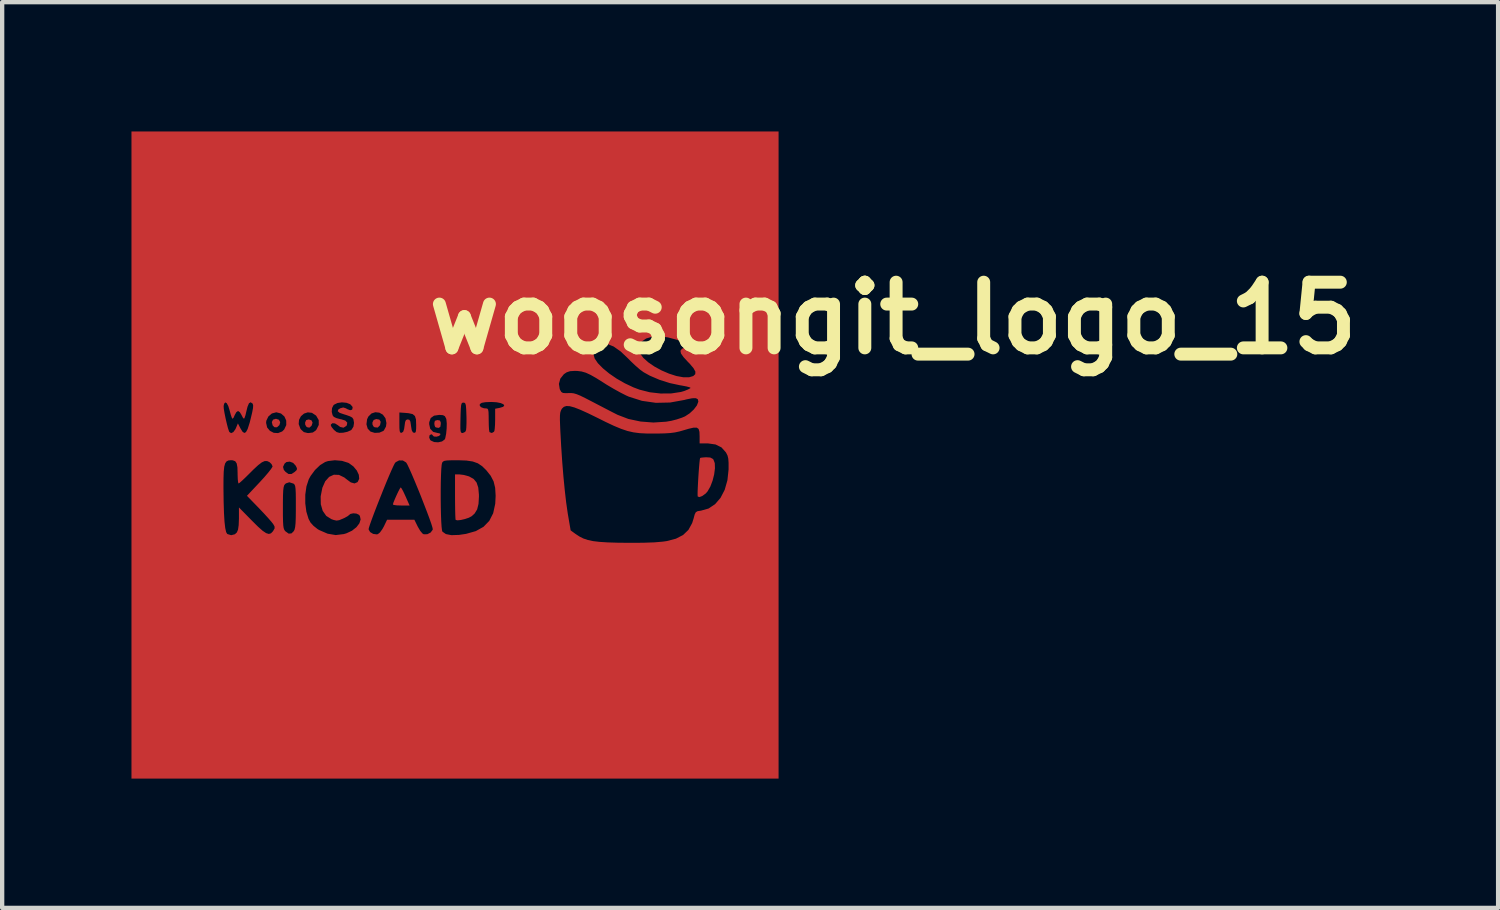
<source format=kicad_pcb>
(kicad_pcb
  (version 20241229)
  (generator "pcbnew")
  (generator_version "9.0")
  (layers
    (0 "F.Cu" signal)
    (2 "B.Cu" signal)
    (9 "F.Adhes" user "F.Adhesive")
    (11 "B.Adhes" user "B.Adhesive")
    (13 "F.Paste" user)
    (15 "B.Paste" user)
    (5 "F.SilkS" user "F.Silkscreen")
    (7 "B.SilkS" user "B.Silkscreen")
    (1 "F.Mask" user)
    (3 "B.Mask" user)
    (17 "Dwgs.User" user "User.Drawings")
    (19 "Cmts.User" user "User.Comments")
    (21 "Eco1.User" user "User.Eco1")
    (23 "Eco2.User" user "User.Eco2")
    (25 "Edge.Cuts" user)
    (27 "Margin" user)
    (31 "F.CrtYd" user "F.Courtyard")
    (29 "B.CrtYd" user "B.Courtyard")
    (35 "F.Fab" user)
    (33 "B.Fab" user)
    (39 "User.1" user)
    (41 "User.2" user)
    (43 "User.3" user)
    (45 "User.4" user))
  (footprint "woosongit_logo_15"
    (layer "F.Cu")
    (at 7.506 7.506)
    (property "Reference" "woosongit_logo_15" (at 10.16 -3.175 0) (layer "F.SilkS") (effects (font (size 1.524 1.524) (thickness 0.3))))
    (attr board_only exclude_from_pos_files exclude_from_bom)
    (fp_poly (pts (xy -4.085 -0.818) (xy -4.056 -0.761) (xy -4.074 -0.694) (xy -4.13 -0.644) (xy -4.19 -0.645) (xy -4.231 -0.687) (xy -4.25 -0.765) (xy -4.221 -0.821) (xy -4.154 -0.841)) (stroke (width 0) (type solid)) (fill yes) (layer "F.Cu"))
    (fp_poly (pts (xy -3.329 -0.804) (xy -3.305 -0.75) (xy -3.327 -0.682) (xy -3.334 -0.674) (xy -3.379 -0.635) (xy -3.426 -0.644) (xy -3.448 -0.657) (xy -3.475 -0.703) (xy -3.478 -0.754) (xy -3.453 -0.81) (xy -3.393 -0.826)) (stroke (width 0) (type solid)) (fill yes) (layer "F.Cu"))
    (fp_poly (pts (xy -1.756 -0.822) (xy -1.724 -0.771) (xy -1.739 -0.695) (xy -1.743 -0.688) (xy -1.793 -0.637) (xy -1.861 -0.643) (xy -1.887 -0.657) (xy -1.914 -0.703) (xy -1.917 -0.754) (xy -1.888 -0.813) (xy -1.828 -0.835)) (stroke (width 0) (type solid)) (fill yes) (layer "F.Cu"))
    (fp_poly (pts (xy -0.352 -0.801) (xy -0.332 -0.76) (xy -0.33 -0.721) (xy -0.341 -0.654) (xy -0.377 -0.631) (xy -0.385 -0.63) (xy -0.442 -0.64) (xy -0.46 -0.651) (xy -0.476 -0.693) (xy -0.48 -0.741) (xy -0.467 -0.794) (xy -0.415 -0.81) (xy -0.405 -0.811)) (stroke (width 0) (type solid)) (fill yes) (layer "F.Cu"))
    (fp_poly (pts (xy -1.239 0.776) (xy -1.202 0.843) (xy -1.157 0.939) (xy -1.147 0.961) (xy -1.054 1.171) (xy -1.248 1.171) (xy -1.347 1.168) (xy -1.416 1.159) (xy -1.441 1.148) (xy -1.43 1.106) (xy -1.4 1.032) (xy -1.361 0.943) (xy -1.32 0.855) (xy -1.284 0.786) (xy -1.261 0.752) (xy -1.259 0.751)) (stroke (width 0) (type solid)) (fill yes) (layer "F.Cu"))
    (fp_poly (pts (xy 0.202 0.462) (xy 0.31 0.491) (xy 0.331 0.499) (xy 0.432 0.556) (xy 0.5 0.638) (xy 0.539 0.755) (xy 0.554 0.916) (xy 0.555 0.961) (xy 0.545 1.133) (xy 0.513 1.262) (xy 0.453 1.359) (xy 0.385 1.42) (xy 0.319 1.455) (xy 0.229 1.485) (xy 0.135 1.507) (xy 0.057 1.515) (xy 0.015 1.506) (xy 0.01 1.473) (xy 0.006 1.389) (xy 0.003 1.266) (xy 0.001 1.112) (xy 0 0.971) (xy 0 0.45) (xy 0.104 0.45)) (stroke (width 0) (type solid)) (fill yes) (layer "F.Cu"))
    (fp_poly (pts (xy 5.921 0.058) (xy 5.98 0.089) (xy 5.995 0.106) (xy 6.026 0.188) (xy 6.03 0.307) (xy 6.012 0.448) (xy 5.975 0.594) (xy 5.923 0.731) (xy 5.859 0.843) (xy 5.815 0.893) (xy 5.735 0.951) (xy 5.669 0.976) (xy 5.63 0.962) (xy 5.627 0.926) (xy 5.628 0.843) (xy 5.633 0.727) (xy 5.64 0.591) (xy 5.649 0.448) (xy 5.659 0.311) (xy 5.669 0.193) (xy 5.678 0.109) (xy 5.686 0.069) (xy 5.686 0.068) (xy 5.72 0.06) (xy 5.793 0.054) (xy 5.824 0.052)) (stroke (width 0) (type solid)) (fill yes) (layer "F.Cu"))
    (fp_poly (pts (xy 7.506 7.506) (xy -7.506 7.506) (xy -7.506 0.76) (xy -5.372 0.76) (xy -5.372 0.765) (xy -5.368 1.083) (xy -5.36 1.342) (xy -5.348 1.545) (xy -5.331 1.693) (xy -5.31 1.788) (xy -5.284 1.832) (xy -5.284 1.832) (xy -5.193 1.86) (xy -5.107 1.838) (xy -5.061 1.795) (xy -5.034 1.731) (xy -5.019 1.627) (xy -5.013 1.474) (xy -5.013 1.472) (xy -5.013 1.216) (xy -4.71 1.524) (xy -4.571 1.662) (xy -4.464 1.757) (xy -4.382 1.812) (xy -4.319 1.831) (xy -4.269 1.816) (xy -4.226 1.771) (xy -4.216 1.756) (xy -4.185 1.7) (xy -4.188 1.654) (xy -4.22 1.599) (xy -4.261 1.547) (xy -4.335 1.462) (xy -4.43 1.358) (xy -4.538 1.244) (xy -4.55 1.231) (xy -4.563 1.218) (xy -3.993 1.218) (xy -3.993 1.403) (xy -3.99 1.537) (xy -3.985 1.63) (xy -3.976 1.692) (xy -3.962 1.733) (xy -3.943 1.761) (xy -3.933 1.771) (xy -3.858 1.824) (xy -3.793 1.818) (xy -3.74 1.765) (xy -3.722 1.728) (xy -3.709 1.671) (xy -3.7 1.585) (xy -3.695 1.461) (xy -3.693 1.29) (xy -3.693 1.195) (xy -3.693 1.121) (xy -3.474 1.121) (xy -3.449 1.314) (xy -3.398 1.481) (xy -3.352 1.567) (xy -3.283 1.643) (xy -3.19 1.717) (xy -3.154 1.739) (xy -2.956 1.825) (xy -2.768 1.857) (xy -2.58 1.834) (xy -2.517 1.815) (xy -2.389 1.755) (xy -2.352 1.725) (xy -2.005 1.725) (xy -1.97 1.787) (xy -1.899 1.83) (xy -1.816 1.841) (xy -1.79 1.835) (xy -1.741 1.796) (xy -1.685 1.718) (xy -1.651 1.657) (xy -1.576 1.501) (xy -1.26 1.501) (xy -0.943 1.501) (xy -0.864 1.662) (xy -0.808 1.758) (xy -0.754 1.822) (xy -0.725 1.839) (xy -0.642 1.837) (xy -0.566 1.798) (xy -0.52 1.736) (xy -0.516 1.721) (xy -0.525 1.677) (xy -0.553 1.587) (xy -0.598 1.46) (xy -0.656 1.305) (xy -0.723 1.132) (xy -0.771 1.009) (xy -0.332 1.009) (xy -0.33 1.201) (xy -0.326 1.38) (xy -0.32 1.538) (xy -0.312 1.664) (xy -0.302 1.747) (xy -0.293 1.777) (xy -0.212 1.834) (xy -0.084 1.859) (xy 0.093 1.853) (xy 0.256 1.829) (xy 0.482 1.765) (xy 0.661 1.665) (xy 0.795 1.527) (xy 0.885 1.35) (xy 0.933 1.13) (xy 0.942 0.946) (xy 0.931 0.76) (xy 0.895 0.612) (xy 0.827 0.481) (xy 0.727 0.355) (xy 0.629 0.259) (xy 0.529 0.192) (xy 0.411 0.15) (xy 0.264 0.128) (xy 0.072 0.121) (xy 0.054 0.121) (xy -0.091 0.122) (xy -0.187 0.126) (xy -0.246 0.135) (xy -0.279 0.152) (xy -0.299 0.178) (xy -0.299 0.178) (xy -0.31 0.228) (xy -0.319 0.327) (xy -0.325 0.465) (xy -0.33 0.631) (xy -0.332 0.816) (xy -0.332 1.009) (xy -0.771 1.009) (xy -0.794 0.949) (xy -0.868 0.767) (xy -0.94 0.593) (xy -1.006 0.438) (xy -1.063 0.31) (xy -1.107 0.218) (xy -1.134 0.173) (xy -1.209 0.127) (xy -1.298 0.125) (xy -1.376 0.166) (xy -1.396 0.19) (xy -1.426 0.248) (xy -1.472 0.348) (xy -1.531 0.483) (xy -1.598 0.643) (xy -1.669 0.818) (xy -1.742 1.001) (xy -1.813 1.181) (xy -1.878 1.35) (xy -1.933 1.498) (xy -1.975 1.616) (xy -2 1.695) (xy -2.005 1.725) (xy -2.352 1.725) (xy -2.288 1.675) (xy -2.219 1.585) (xy -2.19 1.495) (xy -2.207 1.414) (xy -2.228 1.387) (xy -2.285 1.359) (xy -2.36 1.352) (xy -2.426 1.366) (xy -2.449 1.384) (xy -2.487 1.416) (xy -2.56 1.457) (xy -2.604 1.477) (xy -2.689 1.512) (xy -2.75 1.521) (xy -2.816 1.506) (xy -2.869 1.487) (xy -2.988 1.412) (xy -3.07 1.294) (xy -3.114 1.142) (xy -3.117 0.961) (xy -3.078 0.76) (xy -3.077 0.758) (xy -3.011 0.609) (xy -2.92 0.507) (xy -2.811 0.457) (xy -2.692 0.461) (xy -2.568 0.521) (xy -2.526 0.555) (xy -2.418 0.635) (xy -2.331 0.659) (xy -2.261 0.628) (xy -2.258 0.624) (xy -2.223 0.551) (xy -2.232 0.458) (xy -2.279 0.359) (xy -2.358 0.264) (xy -2.461 0.189) (xy -2.479 0.18) (xy -2.623 0.135) (xy -2.788 0.121) (xy -2.946 0.14) (xy -3.013 0.162) (xy -3.131 0.235) (xy -3.249 0.348) (xy -3.35 0.485) (xy -3.393 0.563) (xy -3.447 0.728) (xy -3.474 0.919) (xy -3.474 1.121) (xy -3.693 1.121) (xy -3.693 1.01) (xy -3.695 0.875) (xy -3.7 0.783) (xy -3.708 0.724) (xy -3.721 0.689) (xy -3.739 0.669) (xy -3.751 0.662) (xy -3.845 0.632) (xy -3.923 0.658) (xy -3.946 0.678) (xy -3.964 0.705) (xy -3.977 0.752) (xy -3.986 0.826) (xy -3.991 0.938) (xy -3.993 1.095) (xy -3.993 1.218) (xy -4.563 1.218) (xy -4.827 0.946) (xy -4.53 0.63) (xy -4.424 0.514) (xy -4.335 0.41) (xy -4.27 0.327) (xy -4.237 0.275) (xy -3.99 0.275) (xy -3.972 0.344) (xy -3.933 0.39) (xy -3.862 0.441) (xy -3.793 0.44) (xy -3.719 0.392) (xy -3.672 0.347) (xy -3.667 0.307) (xy -3.694 0.25) (xy -3.755 0.183) (xy -3.834 0.153) (xy -3.911 0.163) (xy -3.954 0.198) (xy -3.99 0.275) (xy -4.237 0.275) (xy -4.236 0.273) (xy -4.233 0.263) (xy -4.257 0.21) (xy -4.304 0.165) (xy -4.359 0.14) (xy -4.415 0.14) (xy -4.482 0.17) (xy -4.567 0.235) (xy -4.678 0.338) (xy -4.758 0.418) (xy -4.855 0.514) (xy -4.938 0.593) (xy -4.996 0.644) (xy -5.021 0.661) (xy -5.032 0.633) (xy -5.04 0.56) (xy -5.044 0.455) (xy -5.044 0.426) (xy -5.048 0.286) (xy -5.065 0.195) (xy -5.099 0.144) (xy -5.155 0.123) (xy -5.198 0.12) (xy -5.257 0.126) (xy -5.301 0.148) (xy -5.333 0.194) (xy -5.354 0.271) (xy -5.366 0.386) (xy -5.371 0.547) (xy -5.372 0.76) (xy -7.506 0.76) (xy -7.506 -1.137) (xy -5.368 -1.137) (xy -5.365 -1.079) (xy -5.349 -0.981) (xy -5.325 -0.861) (xy -5.297 -0.738) (xy -5.269 -0.629) (xy -5.244 -0.553) (xy -5.235 -0.534) (xy -5.194 -0.508) (xy -5.143 -0.532) (xy -5.095 -0.599) (xy -5.084 -0.622) (xy -5.037 -0.734) (xy -4.979 -0.621) (xy -4.931 -0.542) (xy -4.889 -0.512) (xy -4.85 -0.531) (xy -4.811 -0.603) (xy -4.77 -0.731) (xy -4.765 -0.746) (xy -4.383 -0.746) (xy -4.359 -0.639) (xy -4.294 -0.561) (xy -4.205 -0.515) (xy -4.106 -0.509) (xy -4.011 -0.546) (xy -3.963 -0.593) (xy -3.915 -0.695) (xy -3.915 -0.719) (xy -3.627 -0.719) (xy -3.59 -0.617) (xy -3.571 -0.59) (xy -3.507 -0.532) (xy -3.423 -0.511) (xy -3.393 -0.51) (xy -3.298 -0.523) (xy -3.232 -0.569) (xy -3.215 -0.59) (xy -3.165 -0.69) (xy -2.882 -0.69) (xy -2.863 -0.649) (xy -2.815 -0.59) (xy -2.805 -0.58) (xy -2.746 -0.532) (xy -2.683 -0.514) (xy -2.594 -0.518) (xy -2.497 -0.539) (xy -2.418 -0.574) (xy -2.401 -0.587) (xy -2.357 -0.657) (xy -2.348 -0.713) (xy -2.055 -0.713) (xy -2.026 -0.612) (xy -1.961 -0.544) (xy -1.863 -0.514) (xy -1.755 -0.519) (xy -1.665 -0.558) (xy -1.651 -0.57) (xy -1.602 -0.66) (xy -1.591 -0.741) (xy -1.614 -0.854) (xy -1.674 -0.936) (xy -1.756 -0.983) (xy -1.794 -0.987) (xy -1.291 -0.987) (xy -1.291 -0.747) (xy -1.29 -0.627) (xy -1.284 -0.556) (xy -1.271 -0.522) (xy -1.248 -0.515) (xy -1.238 -0.516) (xy -1.203 -0.54) (xy -1.181 -0.605) (xy -1.171 -0.676) (xy -1.158 -0.767) (xy -1.138 -0.812) (xy -1.103 -0.825) (xy -1.096 -0.826) (xy -1.058 -0.816) (xy -1.036 -0.777) (xy -1.023 -0.694) (xy -1.021 -0.676) (xy -1.005 -0.578) (xy -0.979 -0.528) (xy -0.953 -0.516) (xy -0.925 -0.518) (xy -0.909 -0.546) (xy -0.902 -0.612) (xy -0.901 -0.7) (xy -0.902 -0.718) (xy -0.6 -0.718) (xy -0.576 -0.609) (xy -0.507 -0.537) (xy -0.401 -0.51) (xy -0.396 -0.51) (xy -0.345 -0.498) (xy -0.34 -0.47) (xy -0.375 -0.441) (xy -0.43 -0.426) (xy -0.489 -0.429) (xy -0.51 -0.448) (xy -0.535 -0.477) (xy -0.555 -0.48) (xy -0.591 -0.458) (xy -0.599 -0.406) (xy -0.577 -0.352) (xy -0.563 -0.337) (xy -0.484 -0.301) (xy -0.391 -0.295) (xy -0.302 -0.315) (xy -0.241 -0.36) (xy -0.228 -0.385) (xy -0.206 -0.493) (xy -0.194 -0.618) (xy -0.192 -0.713) (xy 0.124 -0.713) (xy 0.124 -0.613) (xy 0.129 -0.553) (xy 0.141 -0.522) (xy 0.161 -0.512) (xy 0.179 -0.51) (xy 0.236 -0.537) (xy 0.256 -0.578) (xy 0.262 -0.637) (xy 0.266 -0.739) (xy 0.266 -0.865) (xy 0.264 -0.931) (xy 0.259 -1.063) (xy 0.252 -1.147) (xy 0.25 -1.156) (xy 0.57 -1.156) (xy 0.598 -1.112) (xy 0.669 -1.085) (xy 0.723 -1.081) (xy 0.751 -1.076) (xy 0.768 -1.052) (xy 0.777 -1) (xy 0.78 -0.906) (xy 0.781 -0.816) (xy 0.783 -0.695) (xy 0.788 -0.598) (xy 0.797 -0.54) (xy 0.801 -0.53) (xy 0.854 -0.511) (xy 0.902 -0.539) (xy 0.913 -0.558) (xy 0.921 -0.61) (xy 0.928 -0.703) (xy 0.931 -0.818) (xy 2.433 -0.818) (xy 2.438 -0.679) (xy 2.443 -0.562) (xy 2.463 -0.198) (xy 2.487 0.16) (xy 2.515 0.502) (xy 2.546 0.818) (xy 2.578 1.097) (xy 2.611 1.328) (xy 2.616 1.362) (xy 2.682 1.748) (xy 2.799 1.833) (xy 2.886 1.89) (xy 2.977 1.936) (xy 3.08 1.971) (xy 3.202 1.997) (xy 3.353 2.015) (xy 3.54 2.027) (xy 3.77 2.034) (xy 4.053 2.037) (xy 4.053 2.037) (xy 4.369 2.035) (xy 4.625 2.026) (xy 4.823 2.009) (xy 4.907 1.997) (xy 5.124 1.941) (xy 5.291 1.855) (xy 5.415 1.736) (xy 5.501 1.579) (xy 5.535 1.471) (xy 5.56 1.378) (xy 5.586 1.327) (xy 5.626 1.303) (xy 5.697 1.292) (xy 5.708 1.29) (xy 5.882 1.241) (xy 6.033 1.14) (xy 6.159 0.994) (xy 6.256 0.807) (xy 6.319 0.586) (xy 6.346 0.336) (xy 6.346 0.315) (xy 6.346 0.178) (xy 6.339 0.083) (xy 6.322 0.013) (xy 6.291 -0.049) (xy 6.282 -0.064) (xy 6.181 -0.177) (xy 6.043 -0.245) (xy 5.865 -0.27) (xy 5.843 -0.27) (xy 5.674 -0.27) (xy 5.674 -0.432) (xy 5.67 -0.537) (xy 5.651 -0.604) (xy 5.609 -0.635) (xy 5.533 -0.635) (xy 5.416 -0.608) (xy 5.325 -0.581) (xy 5.206 -0.547) (xy 5.1 -0.524) (xy 4.991 -0.51) (xy 4.861 -0.502) (xy 4.693 -0.498) (xy 4.639 -0.498) (xy 4.447 -0.499) (xy 4.285 -0.507) (xy 4.14 -0.526) (xy 4 -0.558) (xy 3.852 -0.608) (xy 3.686 -0.677) (xy 3.489 -0.77) (xy 3.311 -0.859) (xy 3.086 -0.969) (xy 2.907 -1.05) (xy 2.768 -1.104) (xy 2.662 -1.133) (xy 2.583 -1.137) (xy 2.525 -1.118) (xy 2.483 -1.079) (xy 2.475 -1.068) (xy 2.455 -1.029) (xy 2.441 -0.982) (xy 2.434 -0.916) (xy 2.433 -0.818) (xy 0.931 -0.818) (xy 0.931 -0.819) (xy 0.931 -0.84) (xy 0.931 -1.074) (xy 1.036 -1.094) (xy 1.116 -1.118) (xy 1.142 -1.148) (xy 1.122 -1.178) (xy 1.06 -1.205) (xy 0.964 -1.224) (xy 0.845 -1.231) (xy 0.707 -1.226) (xy 0.62 -1.211) (xy 0.578 -1.183) (xy 0.57 -1.156) (xy 0.25 -1.156) (xy 0.24 -1.193) (xy 0.221 -1.212) (xy 0.195 -1.216) (xy 0.169 -1.212) (xy 0.152 -1.194) (xy 0.141 -1.151) (xy 0.134 -1.073) (xy 0.129 -0.951) (xy 0.127 -0.863) (xy 0.124 -0.713) (xy -0.192 -0.713) (xy -0.192 -0.738) (xy -0.201 -0.829) (xy -0.207 -0.848) (xy -0.236 -0.902) (xy -0.281 -0.925) (xy -0.365 -0.931) (xy -0.365 -0.931) (xy -0.487 -0.913) (xy -0.564 -0.858) (xy -0.598 -0.762) (xy -0.6 -0.718) (xy -0.902 -0.718) (xy -0.906 -0.826) (xy -0.93 -0.905) (xy -0.983 -0.949) (xy -1.075 -0.97) (xy -1.139 -0.976) (xy -1.291 -0.987) (xy -1.794 -0.987) (xy -1.849 -0.993) (xy -1.938 -0.964) (xy -2.011 -0.892) (xy -2.04 -0.83) (xy -2.055 -0.713) (xy -2.348 -0.713) (xy -2.343 -0.747) (xy -2.358 -0.831) (xy -2.386 -0.87) (xy -2.44 -0.899) (xy -2.528 -0.93) (xy -2.572 -0.943) (xy -2.675 -0.978) (xy -2.721 -1.016) (xy -2.708 -1.056) (xy -2.661 -1.085) (xy -2.593 -1.103) (xy -2.53 -1.083) (xy -2.505 -1.067) (xy -2.434 -1.039) (xy -2.387 -1.052) (xy -2.375 -1.1) (xy -2.382 -1.124) (xy -2.432 -1.179) (xy -2.519 -1.212) (xy -2.624 -1.222) (xy -2.727 -1.207) (xy -2.808 -1.167) (xy -2.818 -1.158) (xy -2.853 -1.09) (xy -2.86 -1.001) (xy -2.84 -0.921) (xy -2.812 -0.885) (xy -2.75 -0.856) (xy -2.661 -0.832) (xy -2.64 -0.829) (xy -2.545 -0.799) (xy -2.5 -0.752) (xy -2.51 -0.693) (xy -2.522 -0.675) (xy -2.587 -0.634) (xy -2.664 -0.651) (xy -2.721 -0.694) (xy -2.785 -0.733) (xy -2.844 -0.738) (xy -2.879 -0.709) (xy -2.882 -0.69) (xy -3.165 -0.69) (xy -3.161 -0.699) (xy -3.162 -0.81) (xy -3.22 -0.91) (xy -3.226 -0.917) (xy -3.32 -0.979) (xy -3.416 -0.99) (xy -3.504 -0.961) (xy -3.575 -0.9) (xy -3.619 -0.816) (xy -3.627 -0.719) (xy -3.915 -0.719) (xy -3.916 -0.8) (xy -3.959 -0.895) (xy -4.037 -0.963) (xy -4.143 -0.991) (xy -4.148 -0.991) (xy -4.249 -0.964) (xy -4.331 -0.893) (xy -4.378 -0.795) (xy -4.383 -0.746) (xy -4.765 -0.746) (xy -4.741 -0.841) (xy -4.706 -0.987) (xy -4.687 -1.087) (xy -4.683 -1.15) (xy -4.693 -1.187) (xy -4.7 -1.197) (xy -4.744 -1.224) (xy -4.781 -1.199) (xy -4.814 -1.12) (xy -4.839 -1.02) (xy -4.861 -0.926) (xy -4.883 -0.861) (xy -4.896 -0.841) (xy -4.92 -0.865) (xy -4.952 -0.925) (xy -4.954 -0.931) (xy -4.992 -0.993) (xy -5.032 -1.021) (xy -5.034 -1.021) (xy -5.073 -0.995) (xy -5.107 -0.934) (xy -5.109 -0.931) (xy -5.136 -0.868) (xy -5.161 -0.841) (xy -5.162 -0.841) (xy -5.179 -0.867) (xy -5.203 -0.938) (xy -5.227 -1.028) (xy -5.26 -1.136) (xy -5.296 -1.202) (xy -5.331 -1.221) (xy -5.357 -1.189) (xy -5.368 -1.137) (xy -7.506 -1.137) (xy -7.506 -1.651) (xy 2.41 -1.651) (xy 2.429 -1.53) (xy 2.437 -1.513) (xy 2.466 -1.463) (xy 2.504 -1.44) (xy 2.57 -1.435) (xy 2.631 -1.437) (xy 2.695 -1.438) (xy 2.755 -1.431) (xy 2.822 -1.411) (xy 2.908 -1.376) (xy 3.022 -1.32) (xy 3.177 -1.24) (xy 3.202 -1.227) (xy 3.359 -1.145) (xy 3.511 -1.066) (xy 3.642 -0.998) (xy 3.741 -0.948) (xy 3.768 -0.934) (xy 4.021 -0.837) (xy 4.305 -0.777) (xy 4.602 -0.754) (xy 4.895 -0.773) (xy 5.018 -0.794) (xy 5.143 -0.826) (xy 5.263 -0.866) (xy 5.336 -0.897) (xy 5.443 -0.967) (xy 5.539 -1.056) (xy 5.61 -1.149) (xy 5.643 -1.233) (xy 5.644 -1.247) (xy 5.631 -1.296) (xy 5.585 -1.319) (xy 5.501 -1.317) (xy 5.37 -1.291) (xy 5.316 -1.277) (xy 4.989 -1.218) (xy 4.659 -1.211) (xy 4.337 -1.257) (xy 4.034 -1.353) (xy 3.973 -1.38) (xy 3.837 -1.449) (xy 3.678 -1.537) (xy 3.519 -1.631) (xy 3.447 -1.677) (xy 3.277 -1.784) (xy 3.143 -1.86) (xy 3.034 -1.91) (xy 2.936 -1.938) (xy 2.839 -1.95) (xy 2.78 -1.952) (xy 2.669 -1.945) (xy 2.59 -1.919) (xy 2.525 -1.875) (xy 2.443 -1.772) (xy 2.41 -1.651) (xy -7.506 -1.651) (xy -7.506 -2.335) (xy 3.213 -2.335) (xy 3.239 -2.24) (xy 3.314 -2.13) (xy 3.43 -2.012) (xy 3.578 -1.89) (xy 3.75 -1.772) (xy 3.939 -1.664) (xy 4.136 -1.571) (xy 4.278 -1.517) (xy 4.518 -1.456) (xy 4.771 -1.427) (xy 5.018 -1.429) (xy 5.241 -1.463) (xy 5.322 -1.487) (xy 5.403 -1.52) (xy 5.455 -1.548) (xy 5.464 -1.559) (xy 5.437 -1.573) (xy 5.364 -1.592) (xy 5.259 -1.612) (xy 5.217 -1.619) (xy 4.983 -1.669) (xy 4.743 -1.745) (xy 4.521 -1.84) (xy 4.375 -1.921) (xy 4.291 -1.982) (xy 4.185 -2.074) (xy 4.073 -2.18) (xy 4.018 -2.236) (xy 3.84 -2.405) (xy 3.765 -2.457) (xy 4.263 -2.457) (xy 4.291 -2.358) (xy 4.368 -2.254) (xy 4.484 -2.15) (xy 4.629 -2.051) (xy 4.793 -1.962) (xy 4.965 -1.888) (xy 5.136 -1.833) (xy 5.295 -1.804) (xy 5.432 -1.804) (xy 5.526 -1.832) (xy 5.573 -1.876) (xy 5.576 -1.935) (xy 5.532 -2.015) (xy 5.441 -2.122) (xy 5.404 -2.159) (xy 5.299 -2.273) (xy 5.241 -2.357) (xy 5.23 -2.419) (xy 5.264 -2.464) (xy 5.318 -2.489) (xy 5.378 -2.521) (xy 5.381 -2.558) (xy 5.328 -2.6) (xy 5.216 -2.649) (xy 5.155 -2.671) (xy 4.939 -2.729) (xy 4.743 -2.753) (xy 4.572 -2.744) (xy 4.433 -2.703) (xy 4.332 -2.633) (xy 4.274 -2.534) (xy 4.263 -2.457) (xy 3.765 -2.457) (xy 3.68 -2.517) (xy 3.539 -2.574) (xy 3.471 -2.582) (xy 3.387 -2.558) (xy 3.304 -2.497) (xy 3.239 -2.417) (xy 3.213 -2.337) (xy 3.213 -2.335) (xy -7.506 -2.335) (xy -7.506 -7.506) (xy 7.506 -7.506)) (stroke (width 0) (type solid)) (fill yes) (layer "F.Cu")))
  (gr_rect
    (start -3 -3)
    (end 31.704 18.012)
    (stroke (width 0.1) (type default))
    (fill no)
    (layer "Edge.Cuts")))
</source>
